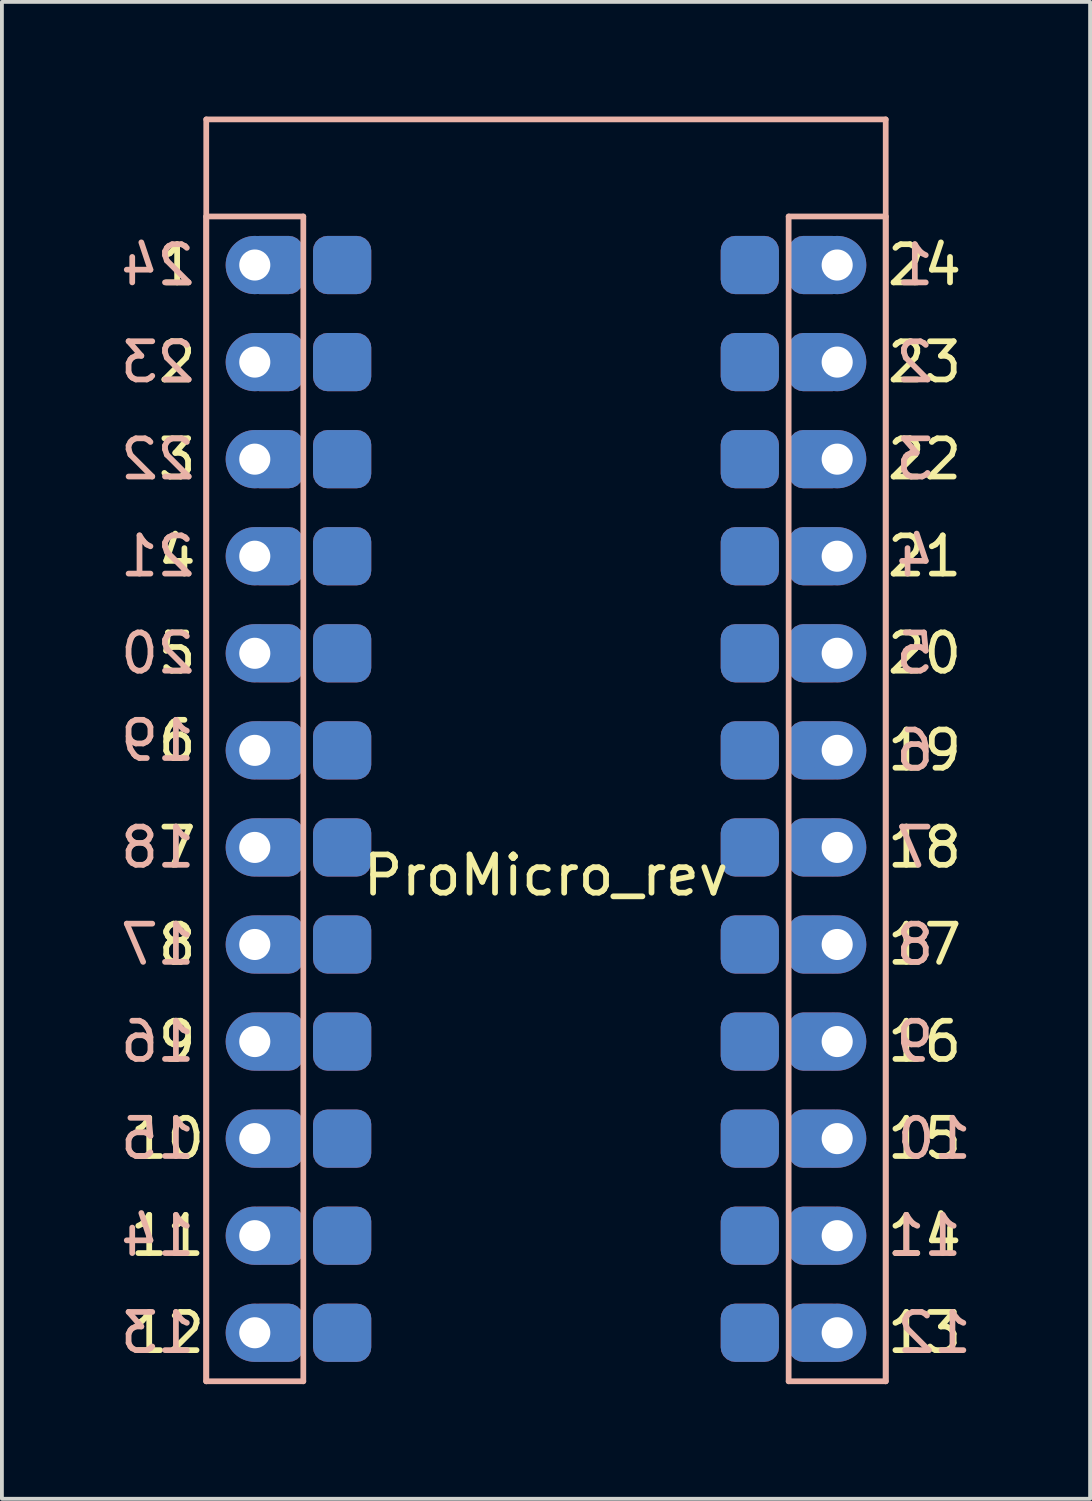
<source format=kicad_pcb>
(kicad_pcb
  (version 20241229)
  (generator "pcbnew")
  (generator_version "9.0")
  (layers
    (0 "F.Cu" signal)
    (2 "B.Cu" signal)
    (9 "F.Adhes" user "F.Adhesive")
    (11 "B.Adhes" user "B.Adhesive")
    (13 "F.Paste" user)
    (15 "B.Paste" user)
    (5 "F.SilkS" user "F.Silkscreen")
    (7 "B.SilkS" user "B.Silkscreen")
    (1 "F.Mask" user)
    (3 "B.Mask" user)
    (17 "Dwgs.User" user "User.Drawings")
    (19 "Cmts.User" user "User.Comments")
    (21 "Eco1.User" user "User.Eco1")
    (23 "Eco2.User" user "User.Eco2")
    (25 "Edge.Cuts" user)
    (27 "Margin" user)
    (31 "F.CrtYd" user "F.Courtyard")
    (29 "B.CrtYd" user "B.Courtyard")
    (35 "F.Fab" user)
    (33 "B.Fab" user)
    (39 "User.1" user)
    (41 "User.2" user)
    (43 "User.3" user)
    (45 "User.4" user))
  (footprint "ProMicro_rev"
    (layer "F.Cu")
    (at 11.237 17.855)
    (property "Reference" "ProMicro_rev" (at 0 2 0) (layer "F.SilkS") (effects (font (size 1 1) (thickness 0.15))))
    (attr through_hole)
    (fp_line (start -8.89 -17.78) (end 8.89 -17.78) (stroke (width 0.15) (type solid)) (layer "B.SilkS"))
    (fp_line (start -8.89 -15.24) (end -6.35 -15.24) (stroke (width 0.15) (type solid)) (layer "B.SilkS"))
    (fp_line (start -8.89 15.24) (end -8.89 -17.78) (stroke (width 0.15) (type solid)) (layer "B.SilkS"))
    (fp_line (start -8.89 15.24) (end -8.89 -15.24) (stroke (width 0.15) (type solid)) (layer "B.SilkS"))
    (fp_line (start -6.35 -15.24) (end -6.35 15.24) (stroke (width 0.15) (type solid)) (layer "B.SilkS"))
    (fp_line (start -6.35 15.24) (end -8.89 15.24) (stroke (width 0.15) (type solid)) (layer "B.SilkS"))
    (fp_line (start 6.35 -15.24) (end 8.89 -15.24) (stroke (width 0.15) (type solid)) (layer "B.SilkS"))
    (fp_line (start 6.35 15.24) (end 6.35 -15.24) (stroke (width 0.15) (type solid)) (layer "B.SilkS"))
    (fp_line (start 8.89 -17.78) (end 8.89 15.24) (stroke (width 0.15) (type solid)) (layer "B.SilkS"))
    (fp_line (start 8.89 -15.24) (end 8.89 15.24) (stroke (width 0.15) (type solid)) (layer "B.SilkS"))
    (fp_line (start 8.89 15.24) (end 6.35 15.24) (stroke (width 0.15) (type solid)) (layer "B.SilkS"))
    (fp_text user "21" (at 9.906 -6.35 0) (layer "F.SilkS") (effects (font (size 1 1) (thickness 0.15))))
    (fp_text user "11" (at -9.906 11.43 0) (layer "F.SilkS") (effects (font (size 1 1) (thickness 0.15))))
    (fp_text user "19" (at 9.906 -1.27 0) (layer "F.SilkS") (effects (font (size 1 1) (thickness 0.15))))
    (fp_text user "9" (at -9.652 6.35 0) (layer "F.SilkS") (effects (font (size 1 1) (thickness 0.15))))
    (fp_text user "17" (at 9.906 3.81 0) (layer "F.SilkS") (effects (font (size 1 1) (thickness 0.15))))
    (fp_text user "23" (at 9.906 -11.43 0) (layer "F.SilkS") (effects (font (size 1 1) (thickness 0.15))))
    (fp_text user "3" (at -9.652 -8.89 0) (layer "F.SilkS") (effects (font (size 1 1) (thickness 0.15))))
    (fp_text user "22" (at 9.906 -8.89 0) (layer "F.SilkS") (effects (font (size 1 1) (thickness 0.15))))
    (fp_text user "18" (at 9.906 1.27 0) (layer "F.SilkS") (effects (font (size 1 1) (thickness 0.15))))
    (fp_text user "4" (at -9.652 -6.35 0) (layer "F.SilkS") (effects (font (size 1 1) (thickness 0.15))))
    (fp_text user "5" (at -9.652 -3.81 0) (layer "F.SilkS") (effects (font (size 1 1) (thickness 0.15))))
    (fp_text user "7" (at -9.652 1.27 0) (layer "F.SilkS") (effects (font (size 1 1) (thickness 0.15))))
    (fp_text user "1" (at -9.652 -13.97 0) (layer "F.SilkS") (effects (font (size 1 1) (thickness 0.15))))
    (fp_text user "12" (at -9.906 13.97 0) (layer "F.SilkS") (effects (font (size 1 1) (thickness 0.15))))
    (fp_text user "15" (at 9.906 8.89 0) (layer "F.SilkS") (effects (font (size 1 1) (thickness 0.15))))
    (fp_text user "6" (at -9.652 -1.524 0) (layer "F.SilkS") (effects (font (size 1 1) (thickness 0.15))))
    (fp_text user "2" (at -9.652 -11.43 0) (layer "F.SilkS") (effects (font (size 1 1) (thickness 0.15))))
    (fp_text user "10" (at -9.906 8.89 0) (layer "F.SilkS") (effects (font (size 1 1) (thickness 0.15))))
    (fp_text user "24" (at 9.906 -13.97 0) (layer "F.SilkS") (effects (font (size 1 1) (thickness 0.15))))
    (fp_text user "20" (at 9.906 -3.81 0) (layer "F.SilkS") (effects (font (size 1 1) (thickness 0.15))))
    (fp_text user "16" (at 9.906 6.35 0) (layer "F.SilkS") (effects (font (size 1 1) (thickness 0.15))))
    (fp_text user "8" (at -9.652 3.81 0) (layer "F.SilkS") (effects (font (size 1 1) (thickness 0.15))))
    (fp_text user "13" (at 9.906 13.97 0) (layer "F.SilkS") (effects (font (size 1 1) (thickness 0.15))))
    (fp_text user "14" (at 9.906 11.43 0) (layer "F.SilkS") (effects (font (size 1 1) (thickness 0.15))))
    (fp_text user "14" (at -10.16 11.43 0) (layer "B.SilkS") (effects (font (size 1 1) (thickness 0.15)) (justify mirror)))
    (fp_text user "11" (at 9.906 11.43 0) (layer "B.SilkS") (effects (font (size 1 1) (thickness 0.15)) (justify mirror)))
    (fp_text user "4" (at 9.652 -6.35 0) (layer "B.SilkS") (effects (font (size 1 1) (thickness 0.15)) (justify mirror)))
    (fp_text user "23" (at -10.16 -11.43 0) (layer "B.SilkS") (effects (font (size 1 1) (thickness 0.15)) (justify mirror)))
    (fp_text user "16" (at -10.16 6.35 0) (layer "B.SilkS") (effects (font (size 1 1) (thickness 0.15)) (justify mirror)))
    (fp_text user "13" (at -10.16 13.97 0) (layer "B.SilkS") (effects (font (size 1 1) (thickness 0.15)) (justify mirror)))
    (fp_text user "2" (at 9.652 -11.43 0) (layer "B.SilkS") (effects (font (size 1 1) (thickness 0.15)) (justify mirror)))
    (fp_text user "7" (at 9.652 1.27 0) (layer "B.SilkS") (effects (font (size 1 1) (thickness 0.15)) (justify mirror)))
    (fp_text user "6" (at 9.652 -1.27 0) (layer "B.SilkS") (effects (font (size 1 1) (thickness 0.15)) (justify mirror)))
    (fp_text user "18" (at -10.16 1.27 0) (layer "B.SilkS") (effects (font (size 1 1) (thickness 0.15)) (justify mirror)))
    (fp_text user "12" (at 10.16 13.97 0) (layer "B.SilkS") (effects (font (size 1 1) (thickness 0.15)) (justify mirror)))
    (fp_text user "8" (at 9.652 3.81 0) (layer "B.SilkS") (effects (font (size 1 1) (thickness 0.15)) (justify mirror)))
    (fp_text user "21" (at -10.16 -6.35 0) (layer "B.SilkS") (effects (font (size 1 1) (thickness 0.15)) (justify mirror)))
    (fp_text user "20" (at -10.16 -3.81 0) (layer "B.SilkS") (effects (font (size 1 1) (thickness 0.15)) (justify mirror)))
    (fp_text user "24" (at -10.16 -13.97 0) (layer "B.SilkS") (effects (font (size 1 1) (thickness 0.15)) (justify mirror)))
    (fp_text user "1" (at 9.652 -13.97 0) (layer "B.SilkS") (effects (font (size 1 1) (thickness 0.15)) (justify mirror)))
    (fp_text user "5" (at 9.652 -3.81 0) (layer "B.SilkS") (effects (font (size 1 1) (thickness 0.15)) (justify mirror)))
    (fp_text user "3" (at 9.652 -8.89 0) (layer "B.SilkS") (effects (font (size 1 1) (thickness 0.15)) (justify mirror)))
    (fp_text user "9" (at 9.652 6.35 0) (layer "B.SilkS") (effects (font (size 1 1) (thickness 0.15)) (justify mirror)))
    (fp_text user "15" (at -10.16 8.89 0) (layer "B.SilkS") (effects (font (size 1 1) (thickness 0.15)) (justify mirror)))
    (fp_text user "10" (at 10.16 8.89 0) (layer "B.SilkS") (effects (font (size 1 1) (thickness 0.15)) (justify mirror)))
    (fp_text user "19" (at -10.16 -1.524 0) (layer "B.SilkS") (effects (font (size 1 1) (thickness 0.15)) (justify mirror)))
    (fp_text user "22" (at -10.16 -8.89 0) (layer "B.SilkS") (effects (font (size 1 1) (thickness 0.15)) (justify mirror)))
    (fp_text user "17" (at -10.16 3.81 0) (layer "B.SilkS") (effects (font (size 1 1) (thickness 0.15)) (justify mirror)))
    (pad "1" smd roundrect (at -5.334 -13.97) (size 1.524 1.524) (layers "F.Cu" "F.Mask" "F.Paste") (roundrect_rratio 0.25))
    (pad "1" smd roundrect (at 5.334 -13.97) (size 1.524 1.524) (layers "B.Cu" "B.Mask" "B.Paste") (roundrect_rratio 0.25))
    (pad "2" smd roundrect (at -5.334 -11.43) (size 1.524 1.524) (layers "F.Cu" "F.Mask" "F.Paste") (roundrect_rratio 0.25))
    (pad "2" smd roundrect (at 5.334 -11.43) (size 1.524 1.524) (layers "B.Cu" "B.Mask" "B.Paste") (roundrect_rratio 0.25))
    (pad "3" smd roundrect (at -5.334 -8.89) (size 1.524 1.524) (layers "F.Cu" "F.Mask" "F.Paste") (roundrect_rratio 0.25))
    (pad "3" smd roundrect (at 5.334 -8.89) (size 1.524 1.524) (layers "B.Cu" "B.Mask" "B.Paste") (roundrect_rratio 0.25))
    (pad "4" smd roundrect (at -5.334 -6.35) (size 1.524 1.524) (layers "F.Cu" "F.Mask" "F.Paste") (roundrect_rratio 0.25))
    (pad "4" smd roundrect (at 5.334 -6.35) (size 1.524 1.524) (layers "B.Cu" "B.Mask" "B.Paste") (roundrect_rratio 0.25))
    (pad "5" smd roundrect (at -5.334 -3.81) (size 1.524 1.524) (layers "F.Cu" "F.Mask" "F.Paste") (roundrect_rratio 0.25))
    (pad "5" smd roundrect (at 5.334 -3.81) (size 1.524 1.524) (layers "B.Cu" "B.Mask" "B.Paste") (roundrect_rratio 0.25))
    (pad "6" smd roundrect (at -5.334 -1.27) (size 1.524 1.524) (layers "F.Cu" "F.Mask" "F.Paste") (roundrect_rratio 0.25))
    (pad "6" smd roundrect (at 5.334 -1.27) (size 1.524 1.524) (layers "B.Cu" "B.Mask" "B.Paste") (roundrect_rratio 0.25))
    (pad "7" smd roundrect (at -5.334 1.27) (size 1.524 1.524) (layers "F.Cu" "F.Mask" "F.Paste") (roundrect_rratio 0.25))
    (pad "7" smd roundrect (at 5.334 1.27) (size 1.524 1.524) (layers "B.Cu" "B.Mask" "B.Paste") (roundrect_rratio 0.25))
    (pad "8" smd roundrect (at -5.334 3.81) (size 1.524 1.524) (layers "F.Cu" "F.Mask" "F.Paste") (roundrect_rratio 0.25))
    (pad "8" smd roundrect (at 5.334 3.81) (size 1.524 1.524) (layers "B.Cu" "B.Mask" "B.Paste") (roundrect_rratio 0.25))
    (pad "9" smd roundrect (at -5.334 6.35) (size 1.524 1.524) (layers "F.Cu" "F.Mask" "F.Paste") (roundrect_rratio 0.25))
    (pad "9" smd roundrect (at 5.334 6.35) (size 1.524 1.524) (layers "B.Cu" "B.Mask" "B.Paste") (roundrect_rratio 0.25))
    (pad "10" smd roundrect (at -5.334 8.89) (size 1.524 1.524) (layers "F.Cu" "F.Mask" "F.Paste") (roundrect_rratio 0.25))
    (pad "10" smd roundrect (at 5.334 8.89) (size 1.524 1.524) (layers "B.Cu" "B.Mask" "B.Paste") (roundrect_rratio 0.25))
    (pad "11" smd roundrect (at -5.334 11.43) (size 1.524 1.524) (layers "F.Cu" "F.Mask" "F.Paste") (roundrect_rratio 0.25))
    (pad "11" smd roundrect (at 5.334 11.43) (size 1.524 1.524) (layers "B.Cu" "B.Mask" "B.Paste") (roundrect_rratio 0.25))
    (pad "12" thru_hole circle (at -7.62 13.97) (size 1.524 1.524) (drill 0.813) (layers "*.Cu" "*.Mask"))
    (pad "12" smd roundrect (at -5.334 13.97) (size 1.524 1.524) (layers "F.Cu" "F.Mask" "F.Paste") (roundrect_rratio 0.25))
    (pad "12" smd roundrect (at 5.334 13.97) (size 1.524 1.524) (layers "B.Cu" "B.Mask" "B.Paste") (roundrect_rratio 0.25))
    (pad "13" smd roundrect (at -5.334 13.97) (size 1.524 1.524) (layers "B.Cu" "B.Mask" "B.Paste") (roundrect_rratio 0.25))
    (pad "13" smd roundrect (at 5.334 13.97) (size 1.524 1.524) (layers "F.Cu" "F.Mask" "F.Paste") (roundrect_rratio 0.25))
    (pad "14" smd roundrect (at -5.334 11.43) (size 1.524 1.524) (layers "B.Cu" "B.Mask" "B.Paste") (roundrect_rratio 0.25))
    (pad "14" smd roundrect (at 5.334 11.43) (size 1.524 1.524) (layers "F.Cu" "F.Mask" "F.Paste") (roundrect_rratio 0.25))
    (pad "15" smd roundrect (at -5.334 8.89) (size 1.524 1.524) (layers "B.Cu" "B.Mask" "B.Paste") (roundrect_rratio 0.25))
    (pad "15" smd roundrect (at 5.334 8.89) (size 1.524 1.524) (layers "F.Cu" "F.Mask" "F.Paste") (roundrect_rratio 0.25))
    (pad "16" smd roundrect (at -5.334 6.35) (size 1.524 1.524) (layers "B.Cu" "B.Mask" "B.Paste") (roundrect_rratio 0.25))
    (pad "16" smd roundrect (at 5.334 6.35) (size 1.524 1.524) (layers "F.Cu" "F.Mask" "F.Paste") (roundrect_rratio 0.25))
    (pad "17" smd roundrect (at -5.334 3.81) (size 1.524 1.524) (layers "B.Cu" "B.Mask" "B.Paste") (roundrect_rratio 0.25))
    (pad "17" smd roundrect (at 5.334 3.81) (size 1.524 1.524) (layers "F.Cu" "F.Mask" "F.Paste") (roundrect_rratio 0.25))
    (pad "18" smd roundrect (at -5.334 1.27) (size 1.524 1.524) (layers "B.Cu" "B.Mask" "B.Paste") (roundrect_rratio 0.25))
    (pad "18" smd roundrect (at 5.334 1.27) (size 1.524 1.524) (layers "F.Cu" "F.Mask" "F.Paste") (roundrect_rratio 0.25))
    (pad "19" smd roundrect (at -5.334 -1.27) (size 1.524 1.524) (layers "B.Cu" "B.Mask" "B.Paste") (roundrect_rratio 0.25))
    (pad "19" smd roundrect (at 5.334 -1.27) (size 1.524 1.524) (layers "F.Cu" "F.Mask" "F.Paste") (roundrect_rratio 0.25))
    (pad "20" smd roundrect (at -5.334 -3.81) (size 1.524 1.524) (layers "B.Cu" "B.Mask" "B.Paste") (roundrect_rratio 0.25))
    (pad "20" smd roundrect (at 5.334 -3.81) (size 1.524 1.524) (layers "F.Cu" "F.Mask" "F.Paste") (roundrect_rratio 0.25))
    (pad "21" smd roundrect (at -5.334 -6.35) (size 1.524 1.524) (layers "B.Cu" "B.Mask" "B.Paste") (roundrect_rratio 0.25))
    (pad "21" smd roundrect (at 5.334 -6.35) (size 1.524 1.524) (layers "F.Cu" "F.Mask" "F.Paste") (roundrect_rratio 0.25))
    (pad "22" smd roundrect (at -5.334 -8.89) (size 1.524 1.524) (layers "B.Cu" "B.Mask" "B.Paste") (roundrect_rratio 0.25))
    (pad "22" smd roundrect (at 5.334 -8.89) (size 1.524 1.524) (layers "F.Cu" "F.Mask" "F.Paste") (roundrect_rratio 0.25))
    (pad "23" smd roundrect (at -5.334 -11.43) (size 1.524 1.524) (layers "B.Cu" "B.Mask" "B.Paste") (roundrect_rratio 0.25))
    (pad "23" smd roundrect (at 5.334 -11.43) (size 1.524 1.524) (layers "F.Cu" "F.Mask" "F.Paste") (roundrect_rratio 0.25))
    (pad "24" smd roundrect (at -5.334 -13.97) (size 1.524 1.524) (layers "B.Cu" "B.Mask" "B.Paste") (roundrect_rratio 0.25))
    (pad "24" smd roundrect (at 5.334 -13.97) (size 1.524 1.524) (layers "F.Cu" "F.Mask" "F.Paste") (roundrect_rratio 0.25))
    (pad "p1" thru_hole circle (at -7.62 -13.97) (size 1.524 1.524) (drill 0.813) (layers "*.Cu" "*.Mask"))
    (pad "p1" smd roundrect (at -7.112 -13.97) (size 1.524 1.524) (layers "F.Cu" "F.Mask" "F.Paste") (roundrect_rratio 0.25))
    (pad "p1" smd roundrect (at -7.112 -13.97) (size 1.524 1.524) (layers "B.Cu" "B.Mask" "B.Paste") (roundrect_rratio 0.25))
    (pad "p2" thru_hole circle (at -7.62 -11.43) (size 1.524 1.524) (drill 0.813) (layers "*.Cu" "*.Mask"))
    (pad "p2" smd roundrect (at -7.112 -11.43) (size 1.524 1.524) (layers "F.Cu" "F.Mask" "F.Paste") (roundrect_rratio 0.25))
    (pad "p2" smd roundrect (at -7.112 -11.43) (size 1.524 1.524) (layers "B.Cu" "B.Mask" "B.Paste") (roundrect_rratio 0.25))
    (pad "p3" thru_hole circle (at -7.62 -8.89) (size 1.524 1.524) (drill 0.813) (layers "*.Cu" "*.Mask"))
    (pad "p3" smd roundrect (at -7.112 -8.89) (size 1.524 1.524) (layers "F.Cu" "F.Mask" "F.Paste") (roundrect_rratio 0.25))
    (pad "p3" smd roundrect (at -7.112 -8.89) (size 1.524 1.524) (layers "B.Cu" "B.Mask" "B.Paste") (roundrect_rratio 0.25))
    (pad "p4" thru_hole circle (at -7.62 -6.35) (size 1.524 1.524) (drill 0.813) (layers "*.Cu" "*.Mask"))
    (pad "p4" smd roundrect (at -7.112 -6.35) (size 1.524 1.524) (layers "F.Cu" "F.Mask" "F.Paste") (roundrect_rratio 0.25))
    (pad "p4" smd roundrect (at -7.112 -6.35) (size 1.524 1.524) (layers "B.Cu" "B.Mask" "B.Paste") (roundrect_rratio 0.25))
    (pad "p5" thru_hole circle (at -7.62 -3.81) (size 1.524 1.524) (drill 0.813) (layers "*.Cu" "*.Mask"))
    (pad "p5" smd roundrect (at -7.112 -3.81) (size 1.524 1.524) (layers "F.Cu" "F.Mask" "F.Paste") (roundrect_rratio 0.25))
    (pad "p5" smd roundrect (at -7.112 -3.81) (size 1.524 1.524) (layers "B.Cu" "B.Mask" "B.Paste") (roundrect_rratio 0.25))
    (pad "p6" thru_hole circle (at -7.62 -1.27) (size 1.524 1.524) (drill 0.813) (layers "*.Cu" "*.Mask"))
    (pad "p6" smd roundrect (at -7.112 -1.27) (size 1.524 1.524) (layers "F.Cu" "F.Mask" "F.Paste") (roundrect_rratio 0.25))
    (pad "p6" smd roundrect (at -7.112 -1.27) (size 1.524 1.524) (layers "B.Cu" "B.Mask" "B.Paste") (roundrect_rratio 0.25))
    (pad "p7" thru_hole circle (at -7.62 1.27) (size 1.524 1.524) (drill 0.813) (layers "*.Cu" "*.Mask"))
    (pad "p7" smd roundrect (at -7.112 1.27) (size 1.524 1.524) (layers "F.Cu" "F.Mask" "F.Paste") (roundrect_rratio 0.25))
    (pad "p7" smd roundrect (at -7.112 1.27) (size 1.524 1.524) (layers "B.Cu" "B.Mask" "B.Paste") (roundrect_rratio 0.25))
    (pad "p8" thru_hole circle (at -7.62 3.81) (size 1.524 1.524) (drill 0.813) (layers "*.Cu" "*.Mask"))
    (pad "p8" smd roundrect (at -7.112 3.81) (size 1.524 1.524) (layers "F.Cu" "F.Mask" "F.Paste") (roundrect_rratio 0.25))
    (pad "p8" smd roundrect (at -7.112 3.81) (size 1.524 1.524) (layers "B.Cu" "B.Mask" "B.Paste") (roundrect_rratio 0.25))
    (pad "p9" thru_hole circle (at -7.62 6.35) (size 1.524 1.524) (drill 0.813) (layers "*.Cu" "*.Mask"))
    (pad "p9" smd roundrect (at -7.112 6.35) (size 1.524 1.524) (layers "F.Cu" "F.Mask" "F.Paste") (roundrect_rratio 0.25))
    (pad "p9" smd roundrect (at -7.112 6.35) (size 1.524 1.524) (layers "B.Cu" "B.Mask" "B.Paste") (roundrect_rratio 0.25))
    (pad "p10" thru_hole circle (at -7.62 8.89) (size 1.524 1.524) (drill 0.813) (layers "*.Cu" "*.Mask"))
    (pad "p10" smd roundrect (at -7.112 8.89) (size 1.524 1.524) (layers "F.Cu" "F.Mask" "F.Paste") (roundrect_rratio 0.25))
    (pad "p10" smd roundrect (at -7.112 8.89) (size 1.524 1.524) (layers "B.Cu" "B.Mask" "B.Paste") (roundrect_rratio 0.25))
    (pad "p11" thru_hole circle (at -7.62 11.43) (size 1.524 1.524) (drill 0.813) (layers "*.Cu" "*.Mask"))
    (pad "p11" smd roundrect (at -7.112 11.43) (size 1.524 1.524) (layers "F.Cu" "F.Mask" "F.Paste") (roundrect_rratio 0.25))
    (pad "p11" smd roundrect (at -7.112 11.43) (size 1.524 1.524) (layers "B.Cu" "B.Mask" "B.Paste") (roundrect_rratio 0.25))
    (pad "p12" smd roundrect (at -7.112 13.97) (size 1.524 1.524) (layers "F.Cu" "F.Mask" "F.Paste") (roundrect_rratio 0.25))
    (pad "p12" smd roundrect (at -7.112 13.97) (size 1.524 1.524) (layers "B.Cu" "B.Mask" "B.Paste") (roundrect_rratio 0.25))
    (pad "p13" smd roundrect (at 7.112 13.97) (size 1.524 1.524) (layers "F.Cu" "F.Mask" "F.Paste") (roundrect_rratio 0.25))
    (pad "p13" smd roundrect (at 7.112 13.97) (size 1.524 1.524) (layers "B.Cu" "B.Mask" "B.Paste") (roundrect_rratio 0.25))
    (pad "p13" thru_hole circle (at 7.62 13.97) (size 1.524 1.524) (drill 0.813) (layers "*.Cu" "*.Mask"))
    (pad "p14" smd roundrect (at 7.112 11.43) (size 1.524 1.524) (layers "F.Cu" "F.Mask" "F.Paste") (roundrect_rratio 0.25))
    (pad "p14" smd roundrect (at 7.112 11.43) (size 1.524 1.524) (layers "B.Cu" "B.Mask" "B.Paste") (roundrect_rratio 0.25))
    (pad "p14" thru_hole circle (at 7.62 11.43) (size 1.524 1.524) (drill 0.813) (layers "*.Cu" "*.Mask"))
    (pad "p15" smd roundrect (at 7.112 8.89) (size 1.524 1.524) (layers "F.Cu" "F.Mask" "F.Paste") (roundrect_rratio 0.25))
    (pad "p15" smd roundrect (at 7.112 8.89) (size 1.524 1.524) (layers "B.Cu" "B.Mask" "B.Paste") (roundrect_rratio 0.25))
    (pad "p15" thru_hole circle (at 7.62 8.89) (size 1.524 1.524) (drill 0.813) (layers "*.Cu" "*.Mask"))
    (pad "p16" smd roundrect (at 7.112 6.35) (size 1.524 1.524) (layers "F.Cu" "F.Mask" "F.Paste") (roundrect_rratio 0.25))
    (pad "p16" smd roundrect (at 7.112 6.35) (size 1.524 1.524) (layers "B.Cu" "B.Mask" "B.Paste") (roundrect_rratio 0.25))
    (pad "p16" thru_hole circle (at 7.62 6.35) (size 1.524 1.524) (drill 0.813) (layers "*.Cu" "*.Mask"))
    (pad "p17" smd roundrect (at 7.112 3.81) (size 1.524 1.524) (layers "F.Cu" "F.Mask" "F.Paste") (roundrect_rratio 0.25))
    (pad "p17" smd roundrect (at 7.112 3.81) (size 1.524 1.524) (layers "B.Cu" "B.Mask" "B.Paste") (roundrect_rratio 0.25))
    (pad "p17" thru_hole circle (at 7.62 3.81) (size 1.524 1.524) (drill 0.813) (layers "*.Cu" "*.Mask"))
    (pad "p18" smd roundrect (at 7.112 1.27) (size 1.524 1.524) (layers "F.Cu" "F.Mask" "F.Paste") (roundrect_rratio 0.25))
    (pad "p18" smd roundrect (at 7.112 1.27) (size 1.524 1.524) (layers "B.Cu" "B.Mask" "B.Paste") (roundrect_rratio 0.25))
    (pad "p18" thru_hole circle (at 7.62 1.27) (size 1.524 1.524) (drill 0.813) (layers "*.Cu" "*.Mask"))
    (pad "p19" smd roundrect (at 7.112 -1.27) (size 1.524 1.524) (layers "F.Cu" "F.Mask" "F.Paste") (roundrect_rratio 0.25))
    (pad "p19" smd roundrect (at 7.112 -1.27) (size 1.524 1.524) (layers "B.Cu" "B.Mask" "B.Paste") (roundrect_rratio 0.25))
    (pad "p19" thru_hole circle (at 7.62 -1.27) (size 1.524 1.524) (drill 0.813) (layers "*.Cu" "*.Mask"))
    (pad "p20" smd roundrect (at 7.112 -3.81) (size 1.524 1.524) (layers "F.Cu" "F.Mask" "F.Paste") (roundrect_rratio 0.25))
    (pad "p20" smd roundrect (at 7.112 -3.81) (size 1.524 1.524) (layers "B.Cu" "B.Mask" "B.Paste") (roundrect_rratio 0.25))
    (pad "p20" thru_hole circle (at 7.62 -3.81) (size 1.524 1.524) (drill 0.813) (layers "*.Cu" "*.Mask"))
    (pad "p21" smd roundrect (at 7.112 -6.35) (size 1.524 1.524) (layers "F.Cu" "F.Mask" "F.Paste") (roundrect_rratio 0.25))
    (pad "p21" smd roundrect (at 7.112 -6.35) (size 1.524 1.524) (layers "B.Cu" "B.Mask" "B.Paste") (roundrect_rratio 0.25))
    (pad "p21" thru_hole circle (at 7.62 -6.35) (size 1.524 1.524) (drill 0.813) (layers "*.Cu" "*.Mask"))
    (pad "p22" smd roundrect (at 7.112 -8.89) (size 1.524 1.524) (layers "F.Cu" "F.Mask" "F.Paste") (roundrect_rratio 0.25))
    (pad "p22" smd roundrect (at 7.112 -8.89) (size 1.524 1.524) (layers "B.Cu" "B.Mask" "B.Paste") (roundrect_rratio 0.25))
    (pad "p22" thru_hole circle (at 7.62 -8.89) (size 1.524 1.524) (drill 0.813) (layers "*.Cu" "*.Mask"))
    (pad "p23" smd roundrect (at 7.112 -11.43) (size 1.524 1.524) (layers "F.Cu" "F.Mask" "F.Paste") (roundrect_rratio 0.25))
    (pad "p23" smd roundrect (at 7.112 -11.43) (size 1.524 1.524) (layers "B.Cu" "B.Mask" "B.Paste") (roundrect_rratio 0.25))
    (pad "p23" thru_hole circle (at 7.62 -11.43) (size 1.524 1.524) (drill 0.813) (layers "*.Cu" "B.Mask"))
    (pad "p24" smd roundrect (at 7.112 -13.97) (size 1.524 1.524) (layers "F.Cu" "F.Mask" "F.Paste") (roundrect_rratio 0.25))
    (pad "p24" smd roundrect (at 7.112 -13.97) (size 1.524 1.524) (layers "B.Cu" "B.Mask" "B.Paste") (roundrect_rratio 0.25))
    (pad "p24" thru_hole circle (at 7.62 -13.97) (size 1.524 1.524) (drill 0.813) (layers "*.Cu" "*.Mask")))
  (gr_rect
    (start -3 -3)
    (end 25.475 36.17)
    (stroke (width 0.1) (type default))
    (fill no)
    (layer "Edge.Cuts")))
</source>
